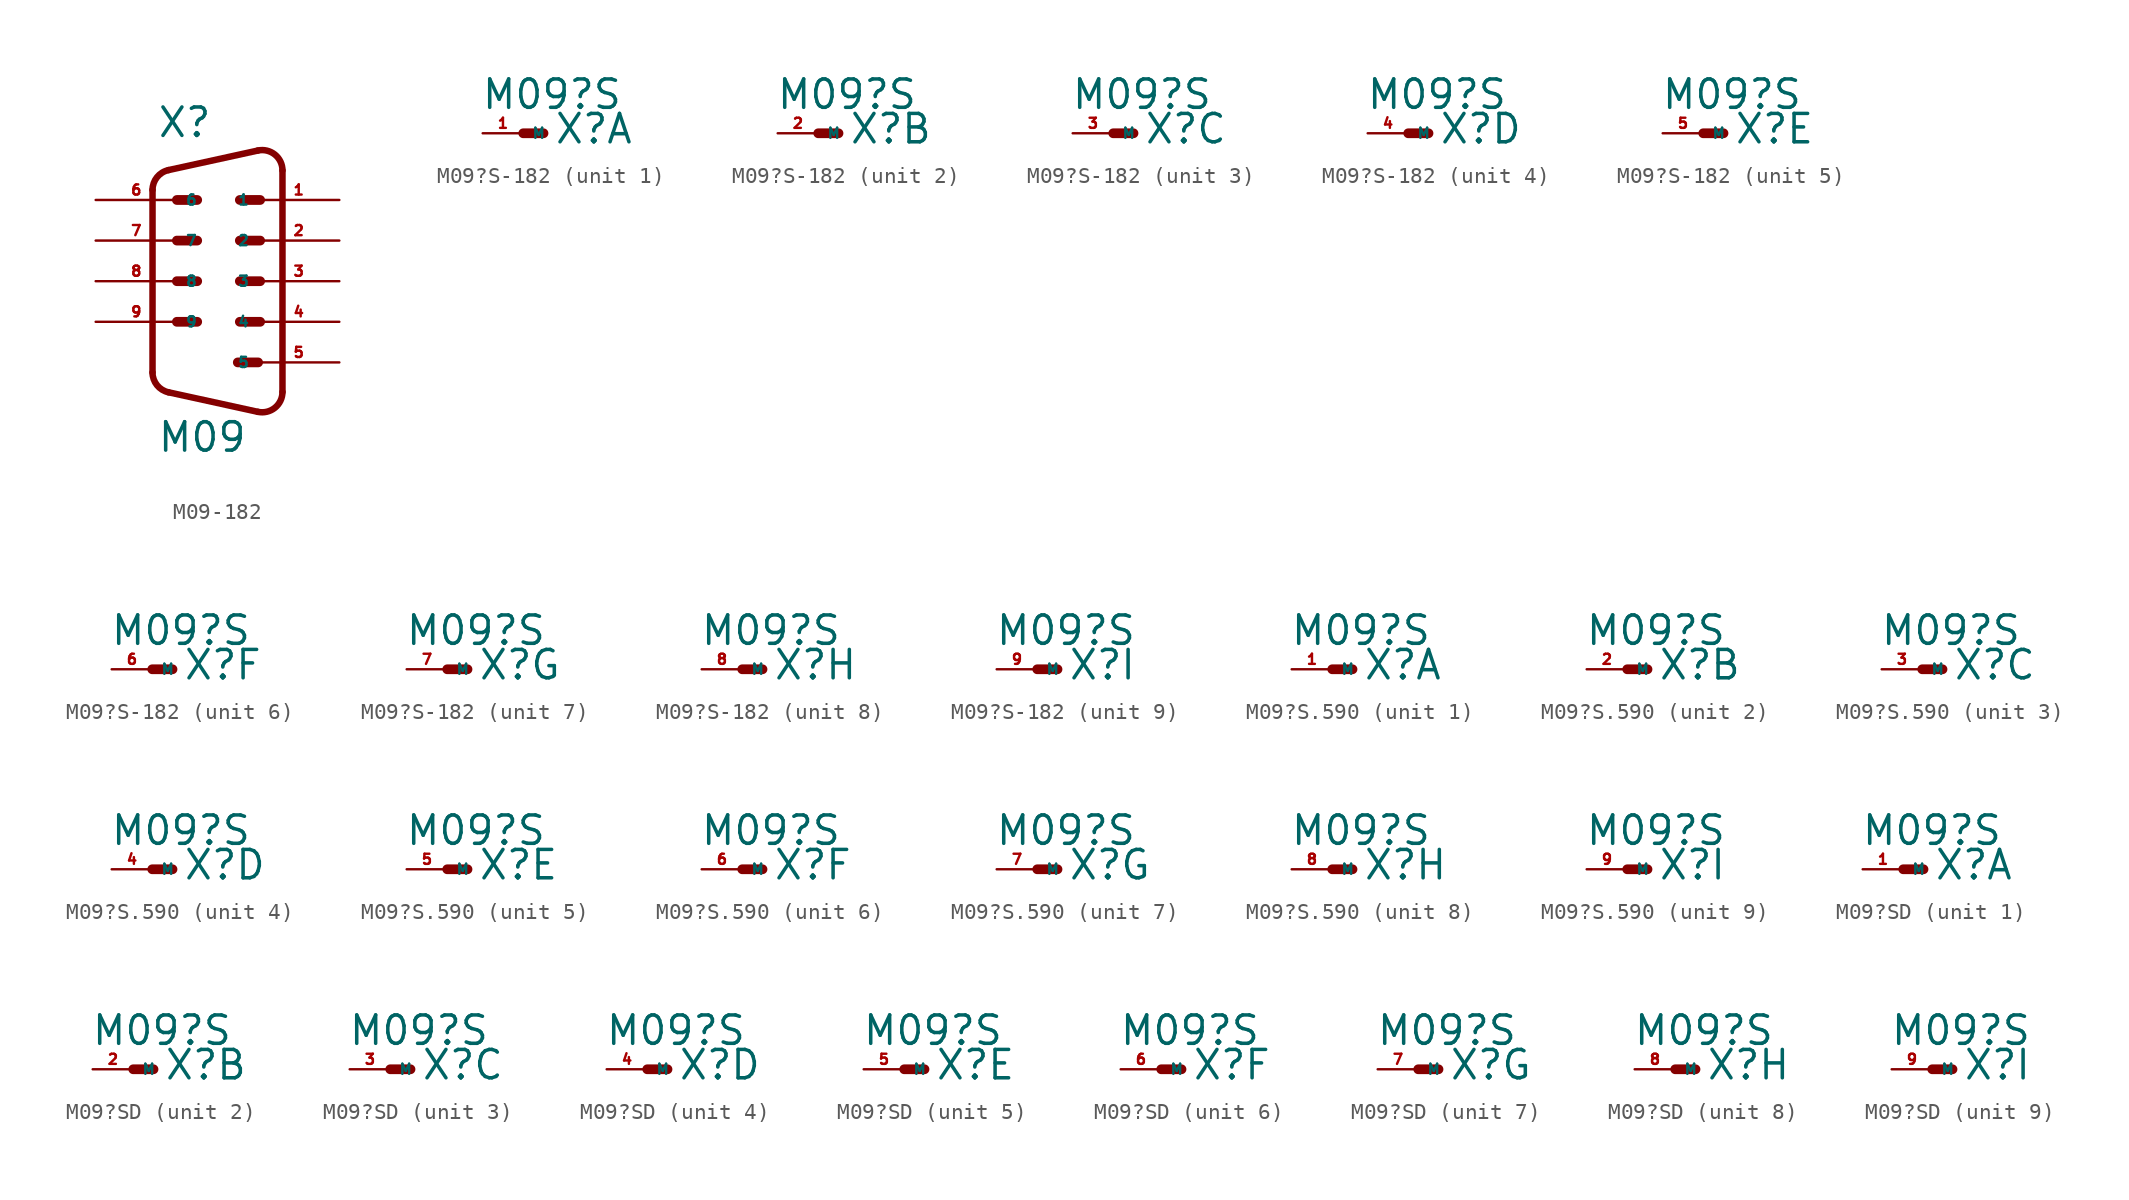
<source format=kicad_sym>
(kicad_symbol_lib
  (version 20220914)
  (generator Eagle2Kicad)
  (symbol "M09-182"
    (property "Reference" "X"
      (at -3.81 8.89 0)
      (effects (font (size 1.778 1.778) (thickness 0.22)) (justify left bottom)))
    (property "Value" "M09"
      (at -3.81 -10.795 0)
      (effects (font (size 1.778 1.778) (thickness 0.22)) (justify left bottom)))
    (polyline
      (pts (xy -2.54 5.08) (xy -1.27 5.08))
      (stroke (width 0.61) (type default))
      (fill (type none)))
    (polyline
      (pts (xy -2.54 2.54) (xy -1.27 2.54))
      (stroke (width 0.61) (type default))
      (fill (type none)))
    (polyline
      (pts (xy 1.397 5.08) (xy 2.667 5.08))
      (stroke (width 0.61) (type default))
      (fill (type none)))
    (polyline
      (pts (xy 1.397 2.54) (xy 2.667 2.54))
      (stroke (width 0.61) (type default))
      (fill (type none)))
    (polyline
      (pts (xy -2.54 0) (xy -1.27 0))
      (stroke (width 0.61) (type default))
      (fill (type none)))
    (polyline
      (pts (xy -2.54 -2.54) (xy -1.27 -2.54))
      (stroke (width 0.61) (type default))
      (fill (type none)))
    (polyline
      (pts (xy 1.397 0) (xy 2.667 0))
      (stroke (width 0.61) (type default))
      (fill (type none)))
    (polyline
      (pts (xy 1.397 -2.54) (xy 2.667 -2.54))
      (stroke (width 0.61) (type default))
      (fill (type none)))
    (polyline
      (pts (xy 1.27 -5.08) (xy 2.54 -5.08))
      (stroke (width 0.61) (type default))
      (fill (type none)))
    (arc
      (start 2.5226 -8.1718)
      (mid 3.590 -7.920)
      (end 4.0637 -6.9312)
      (stroke (width 0.4064) (type default))
      (fill (type none)))
    (polyline
      (pts (xy 2.523 -8.172) (xy -3.065 -6.949))
      (stroke (width 0.406) (type default))
      (fill (type none)))
    (arc
      (start -4.064 -5.7088)
      (mid -3.783 -6.505)
      (end -3.0654 -6.9494)
      (stroke (width 0.4064) (type default))
      (fill (type none)))
    (polyline
      (pts (xy -4.064 5.709) (xy -4.064 -5.709))
      (stroke (width 0.406) (type default))
      (fill (type none)))
    (arc
      (start -3.0654 6.9494)
      (mid -3.783 6.505)
      (end -4.064 5.7088)
      (stroke (width 0.4064) (type default))
      (fill (type none)))
    (polyline
      (pts (xy 4.064 6.931) (xy 4.064 -6.931))
      (stroke (width 0.406) (type default))
      (fill (type none)))
    (polyline
      (pts (xy 2.523 8.172) (xy -3.065 6.949))
      (stroke (width 0.406) (type default))
      (fill (type none)))
    (arc
      (start 4.064 6.9312)
      (mid 3.590 7.921)
      (end 2.5226 8.1719)
      (stroke (width 0.4064) (type default))
      (fill (type none)))
    (pin passive line
      (at 7.62 5.08 180)
      (length 5.08)
      (name "1" (effects (font (size 0.635 0.635) (thickness 0.08)) (justify left bottom)))
      (number "1" (effects (font (size 0.635 0.635) (thickness 0.08)) (justify left bottom))))
    (pin passive line
      (at -7.62 5.08 0)
      (length 5.08)
      (name "6" (effects (font (size 0.635 0.635) (thickness 0.08)) (justify left bottom)))
      (number "6" (effects (font (size 0.635 0.635) (thickness 0.08)) (justify left bottom))))
    (pin passive line
      (at 7.62 2.54 180)
      (length 5.08)
      (name "2" (effects (font (size 0.635 0.635) (thickness 0.08)) (justify left bottom)))
      (number "2" (effects (font (size 0.635 0.635) (thickness 0.08)) (justify left bottom))))
    (pin passive line
      (at -7.62 2.54 0)
      (length 5.08)
      (name "7" (effects (font (size 0.635 0.635) (thickness 0.08)) (justify left bottom)))
      (number "7" (effects (font (size 0.635 0.635) (thickness 0.08)) (justify left bottom))))
    (pin passive line
      (at 7.62 0 180)
      (length 5.08)
      (name "3" (effects (font (size 0.635 0.635) (thickness 0.08)) (justify left bottom)))
      (number "3" (effects (font (size 0.635 0.635) (thickness 0.08)) (justify left bottom))))
    (pin passive line
      (at -7.62 0 0)
      (length 5.08)
      (name "8" (effects (font (size 0.635 0.635) (thickness 0.08)) (justify left bottom)))
      (number "8" (effects (font (size 0.635 0.635) (thickness 0.08)) (justify left bottom))))
    (pin passive line
      (at 7.62 -2.54 180)
      (length 5.08)
      (name "4" (effects (font (size 0.635 0.635) (thickness 0.08)) (justify left bottom)))
      (number "4" (effects (font (size 0.635 0.635) (thickness 0.08)) (justify left bottom))))
    (pin passive line
      (at -7.62 -2.54 0)
      (length 5.08)
      (name "9" (effects (font (size 0.635 0.635) (thickness 0.08)) (justify left bottom)))
      (number "9" (effects (font (size 0.635 0.635) (thickness 0.08)) (justify left bottom))))
    (pin passive line
      (at 7.62 -5.08 180)
      (length 5.08)
      (name "5" (effects (font (size 0.635 0.635) (thickness 0.08)) (justify left bottom)))
      (number "5" (effects (font (size 0.635 0.635) (thickness 0.08)) (justify left bottom)))))
  (symbol "M09?S-182"
    (property "Reference" "X"
      (at 1.905 -0.762 0)
      (effects (font (size 1.778 1.778) (thickness 0.22)) (justify left bottom)))
    (property "Value" "M09?S"
      (at -2.667 1.397 0)
      (effects (font (size 1.778 1.778) (thickness 0.22)) (justify left bottom)))
    (symbol "M09?S-182_1_0"
      (polyline (pts (xy 0 0) (xy 1.27 0)) (stroke (width 0.61) (type default)) (fill (type none)))
      (pin passive line (at -2.54 0 0) (length 2.54) (name "M" (effects (font (size 0.635 0.635) (thickness 0.08)) (justify left bottom))) (number "1" (effects (font (size 0.635 0.635) (thickness 0.08)) (justify left bottom)))))
    (symbol "M09?S-182_2_0"
      (polyline (pts (xy 0 0) (xy 1.27 0)) (stroke (width 0.61) (type default)) (fill (type none)))
      (pin passive line (at -2.54 0 0) (length 2.54) (name "M" (effects (font (size 0.635 0.635) (thickness 0.08)) (justify left bottom))) (number "2" (effects (font (size 0.635 0.635) (thickness 0.08)) (justify left bottom)))))
    (symbol "M09?S-182_3_0"
      (polyline (pts (xy 0 0) (xy 1.27 0)) (stroke (width 0.61) (type default)) (fill (type none)))
      (pin passive line (at -2.54 0 0) (length 2.54) (name "M" (effects (font (size 0.635 0.635) (thickness 0.08)) (justify left bottom))) (number "3" (effects (font (size 0.635 0.635) (thickness 0.08)) (justify left bottom)))))
    (symbol "M09?S-182_4_0"
      (polyline (pts (xy 0 0) (xy 1.27 0)) (stroke (width 0.61) (type default)) (fill (type none)))
      (pin passive line (at -2.54 0 0) (length 2.54) (name "M" (effects (font (size 0.635 0.635) (thickness 0.08)) (justify left bottom))) (number "4" (effects (font (size 0.635 0.635) (thickness 0.08)) (justify left bottom)))))
    (symbol "M09?S-182_5_0"
      (polyline (pts (xy 0 0) (xy 1.27 0)) (stroke (width 0.61) (type default)) (fill (type none)))
      (pin passive line (at -2.54 0 0) (length 2.54) (name "M" (effects (font (size 0.635 0.635) (thickness 0.08)) (justify left bottom))) (number "5" (effects (font (size 0.635 0.635) (thickness 0.08)) (justify left bottom)))))
    (symbol "M09?S-182_6_0"
      (polyline (pts (xy 0 0) (xy 1.27 0)) (stroke (width 0.61) (type default)) (fill (type none)))
      (pin passive line (at -2.54 0 0) (length 2.54) (name "M" (effects (font (size 0.635 0.635) (thickness 0.08)) (justify left bottom))) (number "6" (effects (font (size 0.635 0.635) (thickness 0.08)) (justify left bottom)))))
    (symbol "M09?S-182_7_0"
      (polyline (pts (xy 0 0) (xy 1.27 0)) (stroke (width 0.61) (type default)) (fill (type none)))
      (pin passive line (at -2.54 0 0) (length 2.54) (name "M" (effects (font (size 0.635 0.635) (thickness 0.08)) (justify left bottom))) (number "7" (effects (font (size 0.635 0.635) (thickness 0.08)) (justify left bottom)))))
    (symbol "M09?S-182_8_0"
      (polyline (pts (xy 0 0) (xy 1.27 0)) (stroke (width 0.61) (type default)) (fill (type none)))
      (pin passive line (at -2.54 0 0) (length 2.54) (name "M" (effects (font (size 0.635 0.635) (thickness 0.08)) (justify left bottom))) (number "8" (effects (font (size 0.635 0.635) (thickness 0.08)) (justify left bottom)))))
    (symbol "M09?S-182_9_0"
      (polyline (pts (xy 0 0) (xy 1.27 0)) (stroke (width 0.61) (type default)) (fill (type none)))
      (pin passive line (at -2.54 0 0) (length 2.54) (name "M" (effects (font (size 0.635 0.635) (thickness 0.08)) (justify left bottom))) (number "9" (effects (font (size 0.635 0.635) (thickness 0.08)) (justify left bottom))))))
  (symbol "M09?S.590"
    (property "Reference" "X"
      (at 1.905 -0.762 0)
      (effects (font (size 1.778 1.778) (thickness 0.22)) (justify left bottom)))
    (property "Value" "M09?S"
      (at -2.667 1.397 0)
      (effects (font (size 1.778 1.778) (thickness 0.22)) (justify left bottom)))
    (symbol "M09?S.590_1_0"
      (polyline (pts (xy 0 0) (xy 1.27 0)) (stroke (width 0.61) (type default)) (fill (type none)))
      (pin passive line (at -2.54 0 0) (length 2.54) (name "M" (effects (font (size 0.635 0.635) (thickness 0.08)) (justify left bottom))) (number "1" (effects (font (size 0.635 0.635) (thickness 0.08)) (justify left bottom)))))
    (symbol "M09?S.590_2_0"
      (polyline (pts (xy 0 0) (xy 1.27 0)) (stroke (width 0.61) (type default)) (fill (type none)))
      (pin passive line (at -2.54 0 0) (length 2.54) (name "M" (effects (font (size 0.635 0.635) (thickness 0.08)) (justify left bottom))) (number "2" (effects (font (size 0.635 0.635) (thickness 0.08)) (justify left bottom)))))
    (symbol "M09?S.590_3_0"
      (polyline (pts (xy 0 0) (xy 1.27 0)) (stroke (width 0.61) (type default)) (fill (type none)))
      (pin passive line (at -2.54 0 0) (length 2.54) (name "M" (effects (font (size 0.635 0.635) (thickness 0.08)) (justify left bottom))) (number "3" (effects (font (size 0.635 0.635) (thickness 0.08)) (justify left bottom)))))
    (symbol "M09?S.590_4_0"
      (polyline (pts (xy 0 0) (xy 1.27 0)) (stroke (width 0.61) (type default)) (fill (type none)))
      (pin passive line (at -2.54 0 0) (length 2.54) (name "M" (effects (font (size 0.635 0.635) (thickness 0.08)) (justify left bottom))) (number "4" (effects (font (size 0.635 0.635) (thickness 0.08)) (justify left bottom)))))
    (symbol "M09?S.590_5_0"
      (polyline (pts (xy 0 0) (xy 1.27 0)) (stroke (width 0.61) (type default)) (fill (type none)))
      (pin passive line (at -2.54 0 0) (length 2.54) (name "M" (effects (font (size 0.635 0.635) (thickness 0.08)) (justify left bottom))) (number "5" (effects (font (size 0.635 0.635) (thickness 0.08)) (justify left bottom)))))
    (symbol "M09?S.590_6_0"
      (polyline (pts (xy 0 0) (xy 1.27 0)) (stroke (width 0.61) (type default)) (fill (type none)))
      (pin passive line (at -2.54 0 0) (length 2.54) (name "M" (effects (font (size 0.635 0.635) (thickness 0.08)) (justify left bottom))) (number "6" (effects (font (size 0.635 0.635) (thickness 0.08)) (justify left bottom)))))
    (symbol "M09?S.590_7_0"
      (polyline (pts (xy 0 0) (xy 1.27 0)) (stroke (width 0.61) (type default)) (fill (type none)))
      (pin passive line (at -2.54 0 0) (length 2.54) (name "M" (effects (font (size 0.635 0.635) (thickness 0.08)) (justify left bottom))) (number "7" (effects (font (size 0.635 0.635) (thickness 0.08)) (justify left bottom)))))
    (symbol "M09?S.590_8_0"
      (polyline (pts (xy 0 0) (xy 1.27 0)) (stroke (width 0.61) (type default)) (fill (type none)))
      (pin passive line (at -2.54 0 0) (length 2.54) (name "M" (effects (font (size 0.635 0.635) (thickness 0.08)) (justify left bottom))) (number "8" (effects (font (size 0.635 0.635) (thickness 0.08)) (justify left bottom)))))
    (symbol "M09?S.590_9_0"
      (polyline (pts (xy 0 0) (xy 1.27 0)) (stroke (width 0.61) (type default)) (fill (type none)))
      (pin passive line (at -2.54 0 0) (length 2.54) (name "M" (effects (font (size 0.635 0.635) (thickness 0.08)) (justify left bottom))) (number "9" (effects (font (size 0.635 0.635) (thickness 0.08)) (justify left bottom))))))
  (symbol "M09?SD"
    (property "Reference" "X"
      (at 1.905 -0.762 0)
      (effects (font (size 1.778 1.778) (thickness 0.22)) (justify left bottom)))
    (property "Value" "M09?S"
      (at -2.667 1.397 0)
      (effects (font (size 1.778 1.778) (thickness 0.22)) (justify left bottom)))
    (symbol "M09?SD_1_0"
      (polyline (pts (xy 0 0) (xy 1.27 0)) (stroke (width 0.61) (type default)) (fill (type none)))
      (pin passive line (at -2.54 0 0) (length 2.54) (name "M" (effects (font (size 0.635 0.635) (thickness 0.08)) (justify left bottom))) (number "1" (effects (font (size 0.635 0.635) (thickness 0.08)) (justify left bottom)))))
    (symbol "M09?SD_2_0"
      (polyline (pts (xy 0 0) (xy 1.27 0)) (stroke (width 0.61) (type default)) (fill (type none)))
      (pin passive line (at -2.54 0 0) (length 2.54) (name "M" (effects (font (size 0.635 0.635) (thickness 0.08)) (justify left bottom))) (number "2" (effects (font (size 0.635 0.635) (thickness 0.08)) (justify left bottom)))))
    (symbol "M09?SD_3_0"
      (polyline (pts (xy 0 0) (xy 1.27 0)) (stroke (width 0.61) (type default)) (fill (type none)))
      (pin passive line (at -2.54 0 0) (length 2.54) (name "M" (effects (font (size 0.635 0.635) (thickness 0.08)) (justify left bottom))) (number "3" (effects (font (size 0.635 0.635) (thickness 0.08)) (justify left bottom)))))
    (symbol "M09?SD_4_0"
      (polyline (pts (xy 0 0) (xy 1.27 0)) (stroke (width 0.61) (type default)) (fill (type none)))
      (pin passive line (at -2.54 0 0) (length 2.54) (name "M" (effects (font (size 0.635 0.635) (thickness 0.08)) (justify left bottom))) (number "4" (effects (font (size 0.635 0.635) (thickness 0.08)) (justify left bottom)))))
    (symbol "M09?SD_5_0"
      (polyline (pts (xy 0 0) (xy 1.27 0)) (stroke (width 0.61) (type default)) (fill (type none)))
      (pin passive line (at -2.54 0 0) (length 2.54) (name "M" (effects (font (size 0.635 0.635) (thickness 0.08)) (justify left bottom))) (number "5" (effects (font (size 0.635 0.635) (thickness 0.08)) (justify left bottom)))))
    (symbol "M09?SD_6_0"
      (polyline (pts (xy 0 0) (xy 1.27 0)) (stroke (width 0.61) (type default)) (fill (type none)))
      (pin passive line (at -2.54 0 0) (length 2.54) (name "M" (effects (font (size 0.635 0.635) (thickness 0.08)) (justify left bottom))) (number "6" (effects (font (size 0.635 0.635) (thickness 0.08)) (justify left bottom)))))
    (symbol "M09?SD_7_0"
      (polyline (pts (xy 0 0) (xy 1.27 0)) (stroke (width 0.61) (type default)) (fill (type none)))
      (pin passive line (at -2.54 0 0) (length 2.54) (name "M" (effects (font (size 0.635 0.635) (thickness 0.08)) (justify left bottom))) (number "7" (effects (font (size 0.635 0.635) (thickness 0.08)) (justify left bottom)))))
    (symbol "M09?SD_8_0"
      (polyline (pts (xy 0 0) (xy 1.27 0)) (stroke (width 0.61) (type default)) (fill (type none)))
      (pin passive line (at -2.54 0 0) (length 2.54) (name "M" (effects (font (size 0.635 0.635) (thickness 0.08)) (justify left bottom))) (number "8" (effects (font (size 0.635 0.635) (thickness 0.08)) (justify left bottom)))))
    (symbol "M09?SD_9_0"
      (polyline (pts (xy 0 0) (xy 1.27 0)) (stroke (width 0.61) (type default)) (fill (type none)))
      (pin passive line (at -2.54 0 0) (length 2.54) (name "M" (effects (font (size 0.635 0.635) (thickness 0.08)) (justify left bottom))) (number "9" (effects (font (size 0.635 0.635) (thickness 0.08)) (justify left bottom)))))))
</source>
